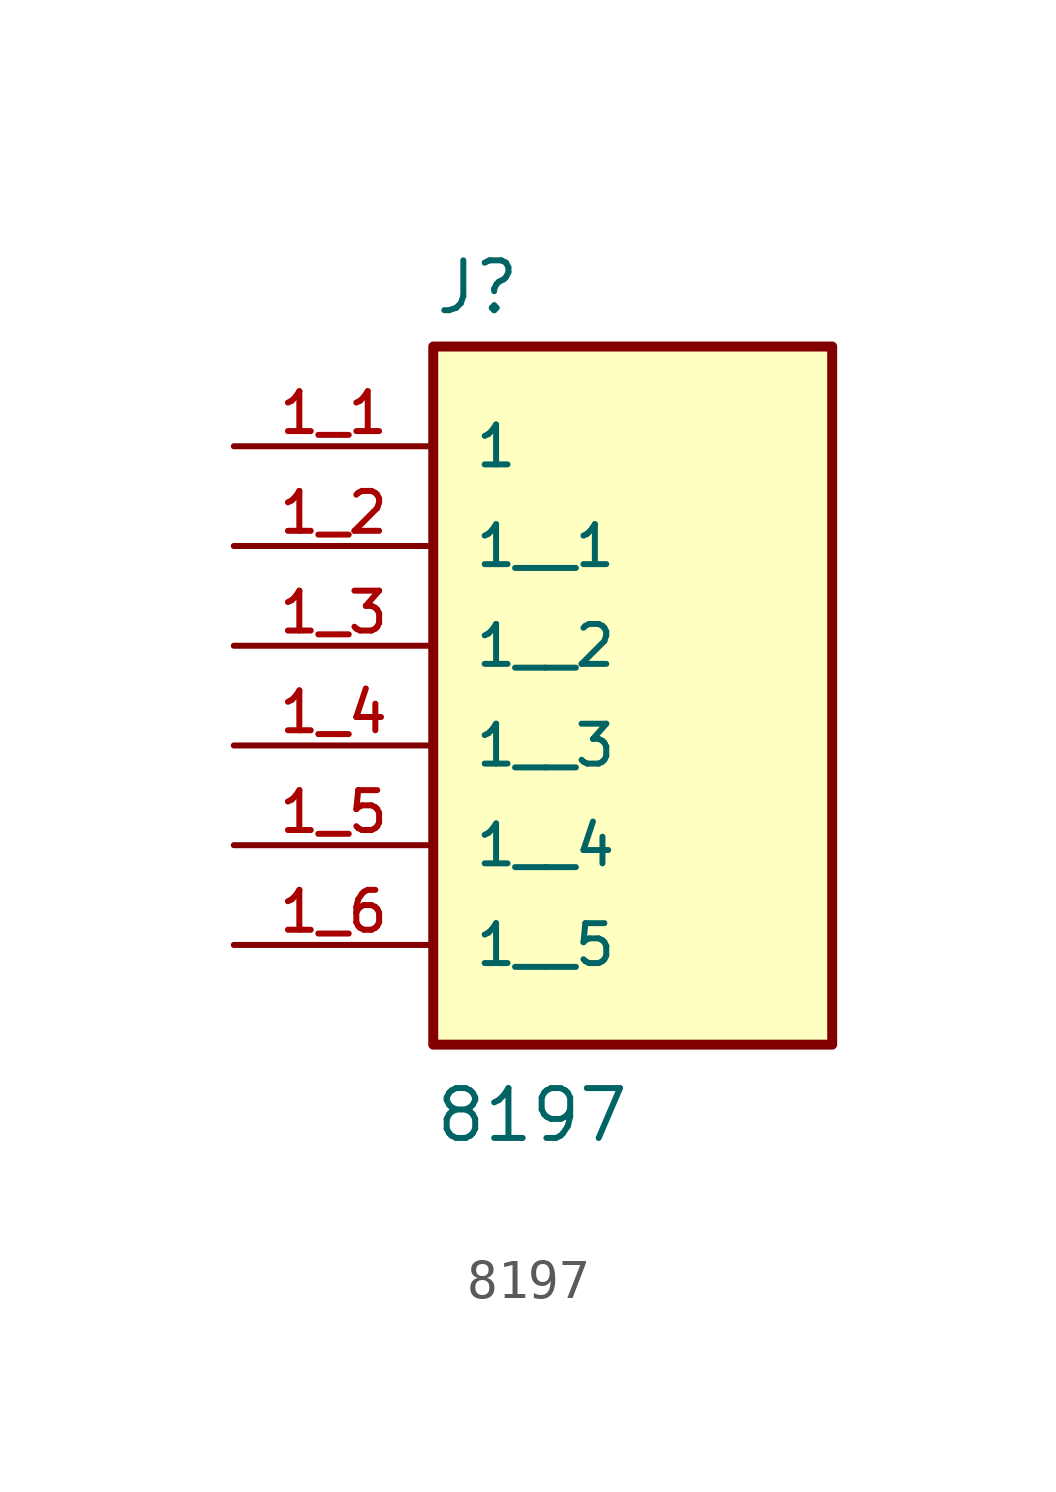
<source format=kicad_sym>
(kicad_symbol_lib
  (version 20211014)
  (generator kicad_symbol_editor)
  (symbol "8197"
    (pin_names
      (offset 1.016))
    (property "Reference" "J"
      (at -5.08 3.302 0)
      (effects (font (size 1.27 1.27)) (justify bottom left)))
    (property "Value" "8197"
      (at -5.08 -17.78 0)
      (effects (font (size 1.27 1.27)) (justify bottom left)))
    (symbol "8197_0_0"
      (rectangle (start -5.08 -15.24) (end 5.08 2.54) (stroke (width 0.254)) (fill (type background)))
      (pin passive line (at -10.16 0.0 0) (length 5.08) (name "1" (effects (font (size 1.016 1.016)))) (number "1_1" (effects (font (size 1.016 1.016)))))
      (pin passive line (at -10.16 -2.54 0) (length 5.08) (name "1__1" (effects (font (size 1.016 1.016)))) (number "1_2" (effects (font (size 1.016 1.016)))))
      (pin passive line (at -10.16 -5.08 0) (length 5.08) (name "1__2" (effects (font (size 1.016 1.016)))) (number "1_3" (effects (font (size 1.016 1.016)))))
      (pin passive line (at -10.16 -7.62 0) (length 5.08) (name "1__3" (effects (font (size 1.016 1.016)))) (number "1_4" (effects (font (size 1.016 1.016)))))
      (pin passive line (at -10.16 -10.16 0) (length 5.08) (name "1__4" (effects (font (size 1.016 1.016)))) (number "1_5" (effects (font (size 1.016 1.016)))))
      (pin passive line (at -10.16 -12.7 0) (length 5.08) (name "1__5" (effects (font (size 1.016 1.016)))) (number "1_6" (effects (font (size 1.016 1.016))))))))
</source>
